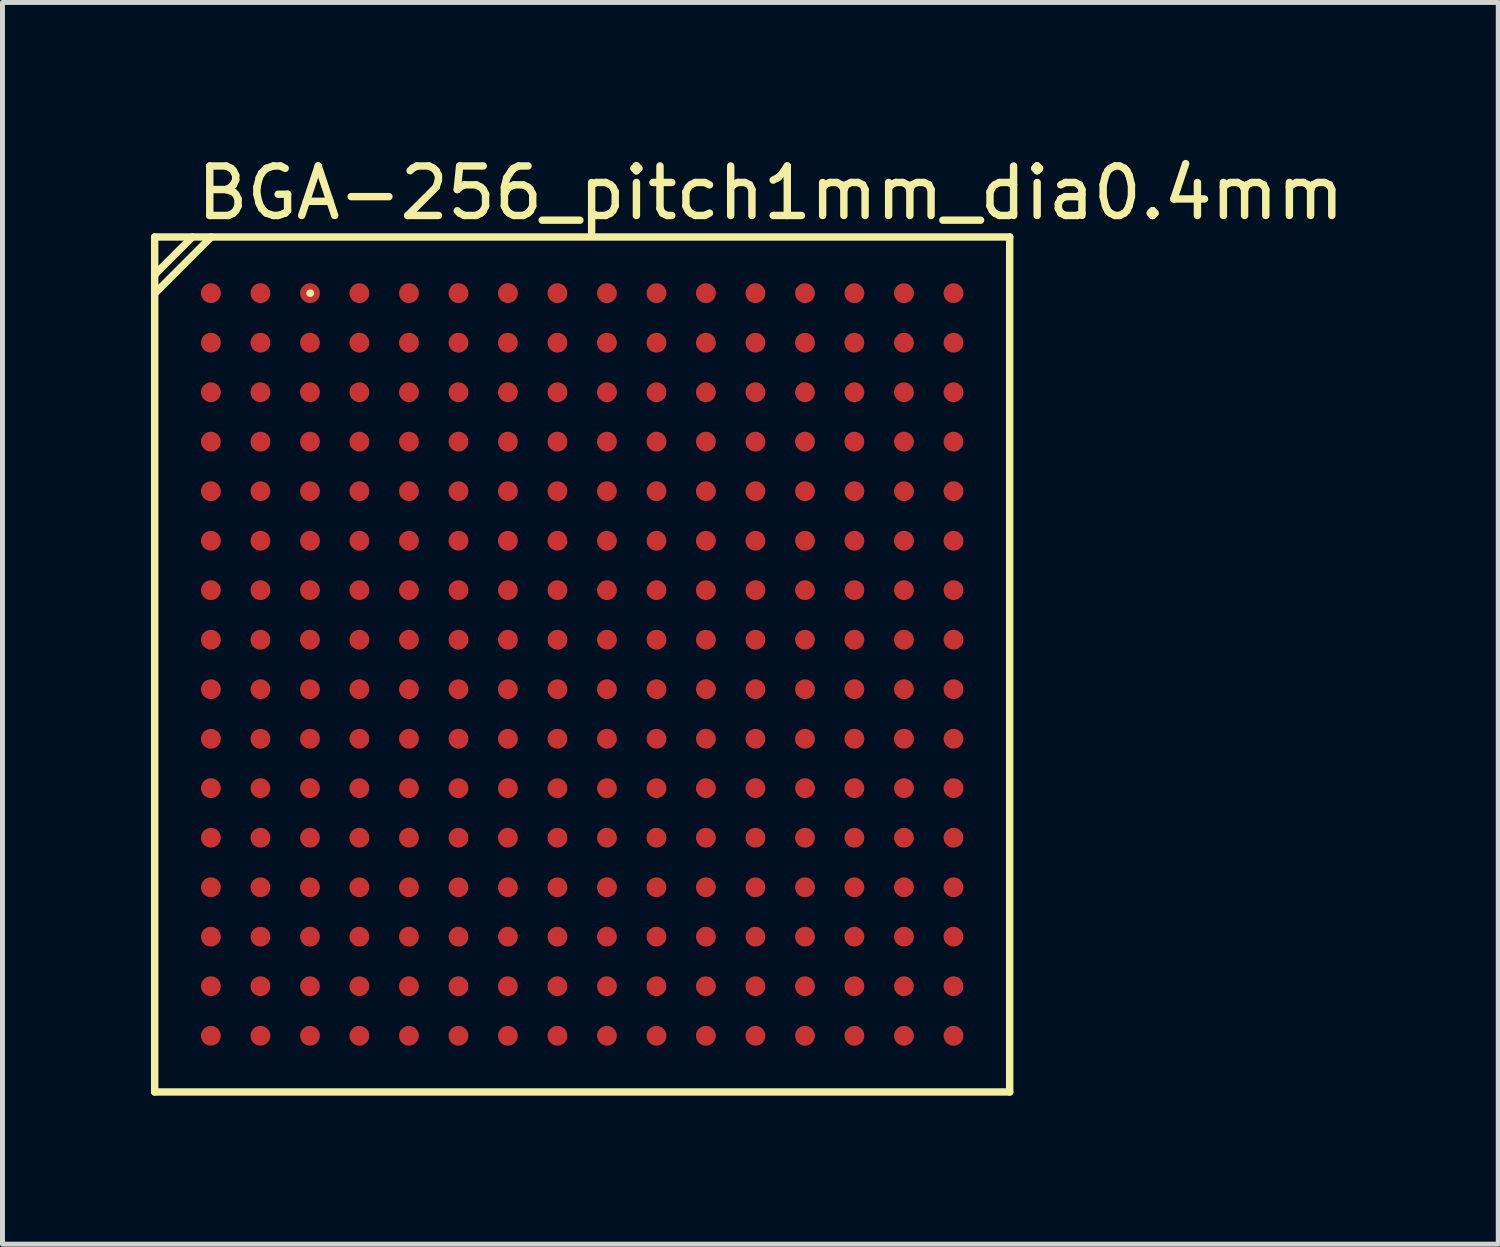
<source format=kicad_pcb>
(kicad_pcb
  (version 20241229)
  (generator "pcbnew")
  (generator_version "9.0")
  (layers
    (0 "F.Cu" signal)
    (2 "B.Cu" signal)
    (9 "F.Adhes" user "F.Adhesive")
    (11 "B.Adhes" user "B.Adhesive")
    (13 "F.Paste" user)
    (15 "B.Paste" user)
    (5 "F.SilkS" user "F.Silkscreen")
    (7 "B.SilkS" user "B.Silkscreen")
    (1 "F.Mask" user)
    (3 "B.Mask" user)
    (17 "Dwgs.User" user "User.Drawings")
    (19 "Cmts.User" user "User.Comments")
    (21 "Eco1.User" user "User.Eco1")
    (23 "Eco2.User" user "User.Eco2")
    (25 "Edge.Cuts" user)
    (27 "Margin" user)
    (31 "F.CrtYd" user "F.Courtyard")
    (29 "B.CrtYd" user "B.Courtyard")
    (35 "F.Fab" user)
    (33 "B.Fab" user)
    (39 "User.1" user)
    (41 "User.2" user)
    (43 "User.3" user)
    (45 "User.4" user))
  (footprint "BGA-256_pitch1mm_dia0.4mm"
    (layer "F.Cu")
    (at 8.711 10.373)
    (property "Reference" "BGA-256_pitch1mm_dia0.4mm" (at 3.81 -9.525 0) (layer "F.SilkS") (effects (font (size 1 1) (thickness 0.15))))
    (attr smd)
    (fp_line (start -8.636 -8.636) (end 8.636 -8.636) (stroke (width 0.15) (type solid)) (layer "F.SilkS"))
    (fp_line (start -8.636 -7.874) (end -7.874 -8.636) (stroke (width 0.15) (type solid)) (layer "F.SilkS"))
    (fp_line (start -8.636 -7.493) (end -7.493 -8.636) (stroke (width 0.15) (type solid)) (layer "F.SilkS"))
    (fp_line (start -8.636 8.636) (end -8.636 -8.636) (stroke (width 0.15) (type solid)) (layer "F.SilkS"))
    (fp_line (start -5.499 -7.501) (end -5.489 -7.501) (stroke (width 0.15) (type solid)) (layer "F.SilkS"))
    (fp_line (start 8.636 -8.636) (end 8.636 8.636) (stroke (width 0.15) (type solid)) (layer "F.SilkS"))
    (fp_line (start 8.636 8.636) (end -8.636 8.636) (stroke (width 0.15) (type solid)) (layer "F.SilkS"))
    (pad "A1" smd circle (at -7.501 -7.501) (size 0.4 0.4) (layers "F.Cu" "F.Mask" "F.Paste"))
    (pad "A2" smd circle (at -6.5 -7.501) (size 0.4 0.4) (layers "F.Cu" "F.Mask" "F.Paste"))
    (pad "A3" smd circle (at -5.499 -7.501) (size 0.4 0.4) (layers "F.Cu" "F.Mask" "F.Paste"))
    (pad "A4" smd circle (at -4.501 -7.501) (size 0.4 0.4) (layers "F.Cu" "F.Mask" "F.Paste"))
    (pad "A5" smd circle (at -3.5 -7.501) (size 0.4 0.4) (layers "F.Cu" "F.Mask" "F.Paste"))
    (pad "A6" smd circle (at -2.499 -7.501) (size 0.4 0.4) (layers "F.Cu" "F.Mask" "F.Paste"))
    (pad "A7" smd circle (at -1.501 -7.501) (size 0.4 0.4) (layers "F.Cu" "F.Mask" "F.Paste"))
    (pad "A8" smd circle (at -0.5 -7.501) (size 0.4 0.4) (layers "F.Cu" "F.Mask" "F.Paste"))
    (pad "A9" smd circle (at 0.5 -7.501) (size 0.4 0.4) (layers "F.Cu" "F.Mask" "F.Paste"))
    (pad "A10" smd circle (at 1.501 -7.501) (size 0.4 0.4) (layers "F.Cu" "F.Mask" "F.Paste"))
    (pad "A11" smd circle (at 2.499 -7.501) (size 0.4 0.4) (layers "F.Cu" "F.Mask" "F.Paste"))
    (pad "A12" smd circle (at 3.5 -7.501) (size 0.4 0.4) (layers "F.Cu" "F.Mask" "F.Paste"))
    (pad "A13" smd circle (at 4.501 -7.501) (size 0.4 0.4) (layers "F.Cu" "F.Mask" "F.Paste"))
    (pad "A14" smd circle (at 5.499 -7.501) (size 0.4 0.4) (layers "F.Cu" "F.Mask" "F.Paste"))
    (pad "A15" smd circle (at 6.5 -7.501) (size 0.4 0.4) (layers "F.Cu" "F.Mask" "F.Paste"))
    (pad "A16" smd circle (at 7.501 -7.501) (size 0.4 0.4) (layers "F.Cu" "F.Mask" "F.Paste"))
    (pad "B1" smd circle (at -7.501 -6.5) (size 0.4 0.4) (layers "F.Cu" "F.Mask" "F.Paste"))
    (pad "B2" smd circle (at -6.5 -6.5) (size 0.4 0.4) (layers "F.Cu" "F.Mask" "F.Paste"))
    (pad "B3" smd circle (at -5.499 -6.5) (size 0.4 0.4) (layers "F.Cu" "F.Mask" "F.Paste"))
    (pad "B4" smd circle (at -4.501 -6.5) (size 0.4 0.4) (layers "F.Cu" "F.Mask" "F.Paste"))
    (pad "B5" smd circle (at -3.5 -6.5) (size 0.4 0.4) (layers "F.Cu" "F.Mask" "F.Paste"))
    (pad "B6" smd circle (at -2.499 -6.5) (size 0.4 0.4) (layers "F.Cu" "F.Mask" "F.Paste"))
    (pad "B7" smd circle (at -1.501 -6.5) (size 0.4 0.4) (layers "F.Cu" "F.Mask" "F.Paste"))
    (pad "B8" smd circle (at -0.5 -6.5) (size 0.4 0.4) (layers "F.Cu" "F.Mask" "F.Paste"))
    (pad "B9" smd circle (at 0.5 -6.5) (size 0.4 0.4) (layers "F.Cu" "F.Mask" "F.Paste"))
    (pad "B10" smd circle (at 1.501 -6.5) (size 0.4 0.4) (layers "F.Cu" "F.Mask" "F.Paste"))
    (pad "B11" smd circle (at 2.499 -6.5) (size 0.4 0.4) (layers "F.Cu" "F.Mask" "F.Paste"))
    (pad "B12" smd circle (at 3.5 -6.5) (size 0.4 0.4) (layers "F.Cu" "F.Mask" "F.Paste"))
    (pad "B13" smd circle (at 4.501 -6.5) (size 0.4 0.4) (layers "F.Cu" "F.Mask" "F.Paste"))
    (pad "B14" smd circle (at 5.499 -6.5) (size 0.4 0.4) (layers "F.Cu" "F.Mask" "F.Paste"))
    (pad "B15" smd circle (at 6.5 -6.5) (size 0.4 0.4) (layers "F.Cu" "F.Mask" "F.Paste"))
    (pad "B16" smd circle (at 7.501 -6.5) (size 0.4 0.4) (layers "F.Cu" "F.Mask" "F.Paste"))
    (pad "C1" smd circle (at -7.501 -5.499) (size 0.4 0.4) (layers "F.Cu" "F.Mask" "F.Paste"))
    (pad "C2" smd circle (at -6.5 -5.499) (size 0.4 0.4) (layers "F.Cu" "F.Mask" "F.Paste"))
    (pad "C3" smd circle (at -5.499 -5.499) (size 0.4 0.4) (layers "F.Cu" "F.Mask" "F.Paste"))
    (pad "C4" smd circle (at -4.501 -5.499) (size 0.4 0.4) (layers "F.Cu" "F.Mask" "F.Paste"))
    (pad "C5" smd circle (at -3.5 -5.499) (size 0.4 0.4) (layers "F.Cu" "F.Mask" "F.Paste"))
    (pad "C6" smd circle (at -2.499 -5.499) (size 0.4 0.4) (layers "F.Cu" "F.Mask" "F.Paste"))
    (pad "C7" smd circle (at -1.501 -5.499) (size 0.4 0.4) (layers "F.Cu" "F.Mask" "F.Paste"))
    (pad "C8" smd circle (at -0.5 -5.499) (size 0.4 0.4) (layers "F.Cu" "F.Mask" "F.Paste"))
    (pad "C9" smd circle (at 0.5 -5.499) (size 0.4 0.4) (layers "F.Cu" "F.Mask" "F.Paste"))
    (pad "C10" smd circle (at 1.501 -5.499) (size 0.4 0.4) (layers "F.Cu" "F.Mask" "F.Paste"))
    (pad "C11" smd circle (at 2.499 -5.499) (size 0.4 0.4) (layers "F.Cu" "F.Mask" "F.Paste"))
    (pad "C12" smd circle (at 3.5 -5.499) (size 0.4 0.4) (layers "F.Cu" "F.Mask" "F.Paste"))
    (pad "C13" smd circle (at 4.501 -5.499) (size 0.4 0.4) (layers "F.Cu" "F.Mask" "F.Paste"))
    (pad "C14" smd circle (at 5.499 -5.499) (size 0.4 0.4) (layers "F.Cu" "F.Mask" "F.Paste"))
    (pad "C15" smd circle (at 6.5 -5.499) (size 0.4 0.4) (layers "F.Cu" "F.Mask" "F.Paste"))
    (pad "C16" smd circle (at 7.501 -5.499) (size 0.4 0.4) (layers "F.Cu" "F.Mask" "F.Paste"))
    (pad "D1" smd circle (at -7.501 -4.501) (size 0.4 0.4) (layers "F.Cu" "F.Mask" "F.Paste"))
    (pad "D2" smd circle (at -6.5 -4.501) (size 0.4 0.4) (layers "F.Cu" "F.Mask" "F.Paste"))
    (pad "D3" smd circle (at -5.499 -4.501) (size 0.4 0.4) (layers "F.Cu" "F.Mask" "F.Paste"))
    (pad "D4" smd circle (at -4.501 -4.501) (size 0.4 0.4) (layers "F.Cu" "F.Mask" "F.Paste"))
    (pad "D5" smd circle (at -3.5 -4.501) (size 0.4 0.4) (layers "F.Cu" "F.Mask" "F.Paste"))
    (pad "D6" smd circle (at -2.499 -4.501) (size 0.4 0.4) (layers "F.Cu" "F.Mask" "F.Paste"))
    (pad "D7" smd circle (at -1.501 -4.501) (size 0.4 0.4) (layers "F.Cu" "F.Mask" "F.Paste"))
    (pad "D8" smd circle (at -0.5 -4.501) (size 0.4 0.4) (layers "F.Cu" "F.Mask" "F.Paste"))
    (pad "D9" smd circle (at 0.5 -4.501) (size 0.4 0.4) (layers "F.Cu" "F.Mask" "F.Paste"))
    (pad "D10" smd circle (at 1.501 -4.501) (size 0.4 0.4) (layers "F.Cu" "F.Mask" "F.Paste"))
    (pad "D11" smd circle (at 2.499 -4.501) (size 0.4 0.4) (layers "F.Cu" "F.Mask" "F.Paste"))
    (pad "D12" smd circle (at 3.5 -4.501) (size 0.4 0.4) (layers "F.Cu" "F.Mask" "F.Paste"))
    (pad "D13" smd circle (at 4.501 -4.501) (size 0.4 0.4) (layers "F.Cu" "F.Mask" "F.Paste"))
    (pad "D14" smd circle (at 5.499 -4.501) (size 0.4 0.4) (layers "F.Cu" "F.Mask" "F.Paste"))
    (pad "D15" smd circle (at 6.5 -4.501) (size 0.4 0.4) (layers "F.Cu" "F.Mask" "F.Paste"))
    (pad "D16" smd circle (at 7.501 -4.501) (size 0.4 0.4) (layers "F.Cu" "F.Mask" "F.Paste"))
    (pad "E1" smd circle (at -7.501 -3.5) (size 0.4 0.4) (layers "F.Cu" "F.Mask" "F.Paste"))
    (pad "E2" smd circle (at -6.5 -3.5) (size 0.4 0.4) (layers "F.Cu" "F.Mask" "F.Paste"))
    (pad "E3" smd circle (at -5.499 -3.5) (size 0.4 0.4) (layers "F.Cu" "F.Mask" "F.Paste"))
    (pad "E4" smd circle (at -4.501 -3.5) (size 0.4 0.4) (layers "F.Cu" "F.Mask" "F.Paste"))
    (pad "E5" smd circle (at -3.5 -3.5) (size 0.4 0.4) (layers "F.Cu" "F.Mask" "F.Paste"))
    (pad "E6" smd circle (at -2.499 -3.5) (size 0.4 0.4) (layers "F.Cu" "F.Mask" "F.Paste"))
    (pad "E7" smd circle (at -1.501 -3.5) (size 0.4 0.4) (layers "F.Cu" "F.Mask" "F.Paste"))
    (pad "E8" smd circle (at -0.5 -3.5) (size 0.4 0.4) (layers "F.Cu" "F.Mask" "F.Paste"))
    (pad "E9" smd circle (at 0.5 -3.5) (size 0.4 0.4) (layers "F.Cu" "F.Mask" "F.Paste"))
    (pad "E10" smd circle (at 1.501 -3.5) (size 0.4 0.4) (layers "F.Cu" "F.Mask" "F.Paste"))
    (pad "E11" smd circle (at 2.499 -3.5) (size 0.4 0.4) (layers "F.Cu" "F.Mask" "F.Paste"))
    (pad "E12" smd circle (at 3.5 -3.5) (size 0.4 0.4) (layers "F.Cu" "F.Mask" "F.Paste"))
    (pad "E13" smd circle (at 4.501 -3.5) (size 0.4 0.4) (layers "F.Cu" "F.Mask" "F.Paste"))
    (pad "E14" smd circle (at 5.499 -3.5) (size 0.4 0.4) (layers "F.Cu" "F.Mask" "F.Paste"))
    (pad "E15" smd circle (at 6.5 -3.5) (size 0.4 0.4) (layers "F.Cu" "F.Mask" "F.Paste"))
    (pad "E16" smd circle (at 7.501 -3.5) (size 0.4 0.4) (layers "F.Cu" "F.Mask" "F.Paste"))
    (pad "F1" smd circle (at -7.501 -2.499) (size 0.4 0.4) (layers "F.Cu" "F.Mask" "F.Paste"))
    (pad "F2" smd circle (at -6.5 -2.499) (size 0.4 0.4) (layers "F.Cu" "F.Mask" "F.Paste"))
    (pad "F3" smd circle (at -5.499 -2.499) (size 0.4 0.4) (layers "F.Cu" "F.Mask" "F.Paste"))
    (pad "F4" smd circle (at -4.501 -2.499) (size 0.4 0.4) (layers "F.Cu" "F.Mask" "F.Paste"))
    (pad "F5" smd circle (at -3.5 -2.499) (size 0.4 0.4) (layers "F.Cu" "F.Mask" "F.Paste"))
    (pad "F6" smd circle (at -2.499 -2.499) (size 0.4 0.4) (layers "F.Cu" "F.Mask" "F.Paste"))
    (pad "F7" smd circle (at -1.501 -2.499) (size 0.4 0.4) (layers "F.Cu" "F.Mask" "F.Paste"))
    (pad "F8" smd circle (at -0.5 -2.499) (size 0.4 0.4) (layers "F.Cu" "F.Mask" "F.Paste"))
    (pad "F9" smd circle (at 0.5 -2.499) (size 0.4 0.4) (layers "F.Cu" "F.Mask" "F.Paste"))
    (pad "F10" smd circle (at 1.501 -2.499) (size 0.4 0.4) (layers "F.Cu" "F.Mask" "F.Paste"))
    (pad "F11" smd circle (at 2.499 -2.499) (size 0.4 0.4) (layers "F.Cu" "F.Mask" "F.Paste"))
    (pad "F12" smd circle (at 3.5 -2.499) (size 0.4 0.4) (layers "F.Cu" "F.Mask" "F.Paste"))
    (pad "F13" smd circle (at 4.501 -2.499) (size 0.4 0.4) (layers "F.Cu" "F.Mask" "F.Paste"))
    (pad "F14" smd circle (at 5.499 -2.499) (size 0.4 0.4) (layers "F.Cu" "F.Mask" "F.Paste"))
    (pad "F15" smd circle (at 6.5 -2.499) (size 0.4 0.4) (layers "F.Cu" "F.Mask" "F.Paste"))
    (pad "F16" smd circle (at 7.501 -2.499) (size 0.4 0.4) (layers "F.Cu" "F.Mask" "F.Paste"))
    (pad "G1" smd circle (at -7.501 -1.501) (size 0.4 0.4) (layers "F.Cu" "F.Mask" "F.Paste"))
    (pad "G2" smd circle (at -6.5 -1.501) (size 0.4 0.4) (layers "F.Cu" "F.Mask" "F.Paste"))
    (pad "G3" smd circle (at -5.499 -1.501) (size 0.4 0.4) (layers "F.Cu" "F.Mask" "F.Paste"))
    (pad "G4" smd circle (at -4.501 -1.501) (size 0.4 0.4) (layers "F.Cu" "F.Mask" "F.Paste"))
    (pad "G5" smd circle (at -3.5 -1.501) (size 0.4 0.4) (layers "F.Cu" "F.Mask" "F.Paste"))
    (pad "G6" smd circle (at -2.499 -1.501) (size 0.4 0.4) (layers "F.Cu" "F.Mask" "F.Paste"))
    (pad "G7" smd circle (at -1.501 -1.501) (size 0.4 0.4) (layers "F.Cu" "F.Mask" "F.Paste"))
    (pad "G8" smd circle (at -0.5 -1.501) (size 0.4 0.4) (layers "F.Cu" "F.Mask" "F.Paste"))
    (pad "G9" smd circle (at 0.5 -1.501) (size 0.4 0.4) (layers "F.Cu" "F.Mask" "F.Paste"))
    (pad "G10" smd circle (at 1.501 -1.501) (size 0.4 0.4) (layers "F.Cu" "F.Mask" "F.Paste"))
    (pad "G11" smd circle (at 2.499 -1.501) (size 0.4 0.4) (layers "F.Cu" "F.Mask" "F.Paste"))
    (pad "G12" smd circle (at 3.5 -1.501) (size 0.4 0.4) (layers "F.Cu" "F.Mask" "F.Paste"))
    (pad "G13" smd circle (at 4.501 -1.501) (size 0.4 0.4) (layers "F.Cu" "F.Mask" "F.Paste"))
    (pad "G14" smd circle (at 5.499 -1.501) (size 0.4 0.4) (layers "F.Cu" "F.Mask" "F.Paste"))
    (pad "G15" smd circle (at 6.5 -1.501) (size 0.4 0.4) (layers "F.Cu" "F.Mask" "F.Paste"))
    (pad "G16" smd circle (at 7.501 -1.501) (size 0.4 0.4) (layers "F.Cu" "F.Mask" "F.Paste"))
    (pad "H1" smd circle (at -7.501 -0.5) (size 0.4 0.4) (layers "F.Cu" "F.Mask" "F.Paste"))
    (pad "H2" smd circle (at -6.5 -0.5) (size 0.4 0.4) (layers "F.Cu" "F.Mask" "F.Paste"))
    (pad "H3" smd circle (at -5.499 -0.5) (size 0.4 0.4) (layers "F.Cu" "F.Mask" "F.Paste"))
    (pad "H4" smd circle (at -4.501 -0.5) (size 0.4 0.4) (layers "F.Cu" "F.Mask" "F.Paste"))
    (pad "H5" smd circle (at -3.5 -0.5) (size 0.4 0.4) (layers "F.Cu" "F.Mask" "F.Paste"))
    (pad "H6" smd circle (at -2.499 -0.5) (size 0.4 0.4) (layers "F.Cu" "F.Mask" "F.Paste"))
    (pad "H7" smd circle (at -1.501 -0.5) (size 0.4 0.4) (layers "F.Cu" "F.Mask" "F.Paste"))
    (pad "H8" smd circle (at -0.5 -0.5) (size 0.4 0.4) (layers "F.Cu" "F.Mask" "F.Paste"))
    (pad "H9" smd circle (at 0.5 -0.5) (size 0.4 0.4) (layers "F.Cu" "F.Mask" "F.Paste"))
    (pad "H10" smd circle (at 1.501 -0.5) (size 0.4 0.4) (layers "F.Cu" "F.Mask" "F.Paste"))
    (pad "H11" smd circle (at 2.499 -0.5) (size 0.4 0.4) (layers "F.Cu" "F.Mask" "F.Paste"))
    (pad "H12" smd circle (at 3.5 -0.5) (size 0.4 0.4) (layers "F.Cu" "F.Mask" "F.Paste"))
    (pad "H13" smd circle (at 4.501 -0.5) (size 0.4 0.4) (layers "F.Cu" "F.Mask" "F.Paste"))
    (pad "H14" smd circle (at 5.499 -0.5) (size 0.4 0.4) (layers "F.Cu" "F.Mask" "F.Paste"))
    (pad "H15" smd circle (at 6.5 -0.5) (size 0.4 0.4) (layers "F.Cu" "F.Mask" "F.Paste"))
    (pad "H16" smd circle (at 7.501 -0.5) (size 0.4 0.4) (layers "F.Cu" "F.Mask" "F.Paste"))
    (pad "J1" smd circle (at -7.501 0.5) (size 0.4 0.4) (layers "F.Cu" "F.Mask" "F.Paste"))
    (pad "J2" smd circle (at -6.5 0.5) (size 0.4 0.4) (layers "F.Cu" "F.Mask" "F.Paste"))
    (pad "J3" smd circle (at -5.499 0.5) (size 0.4 0.4) (layers "F.Cu" "F.Mask" "F.Paste"))
    (pad "J4" smd circle (at -4.501 0.5) (size 0.4 0.4) (layers "F.Cu" "F.Mask" "F.Paste"))
    (pad "J5" smd circle (at -3.5 0.5) (size 0.4 0.4) (layers "F.Cu" "F.Mask" "F.Paste"))
    (pad "J6" smd circle (at -2.499 0.5) (size 0.4 0.4) (layers "F.Cu" "F.Mask" "F.Paste"))
    (pad "J7" smd circle (at -1.501 0.5) (size 0.4 0.4) (layers "F.Cu" "F.Mask" "F.Paste"))
    (pad "J8" smd circle (at -0.5 0.5) (size 0.4 0.4) (layers "F.Cu" "F.Mask" "F.Paste"))
    (pad "J9" smd circle (at 0.5 0.5) (size 0.4 0.4) (layers "F.Cu" "F.Mask" "F.Paste"))
    (pad "J10" smd circle (at 1.501 0.5) (size 0.4 0.4) (layers "F.Cu" "F.Mask" "F.Paste"))
    (pad "J11" smd circle (at 2.499 0.5) (size 0.4 0.4) (layers "F.Cu" "F.Mask" "F.Paste"))
    (pad "J12" smd circle (at 3.5 0.5) (size 0.4 0.4) (layers "F.Cu" "F.Mask" "F.Paste"))
    (pad "J13" smd circle (at 4.501 0.5) (size 0.4 0.4) (layers "F.Cu" "F.Mask" "F.Paste"))
    (pad "J14" smd circle (at 5.499 0.5) (size 0.4 0.4) (layers "F.Cu" "F.Mask" "F.Paste"))
    (pad "J15" smd circle (at 6.5 0.5) (size 0.4 0.4) (layers "F.Cu" "F.Mask" "F.Paste"))
    (pad "J16" smd circle (at 7.501 0.5) (size 0.4 0.4) (layers "F.Cu" "F.Mask" "F.Paste"))
    (pad "K1" smd circle (at -7.501 1.501) (size 0.4 0.4) (layers "F.Cu" "F.Mask" "F.Paste"))
    (pad "K2" smd circle (at -6.5 1.501) (size 0.4 0.4) (layers "F.Cu" "F.Mask" "F.Paste"))
    (pad "K3" smd circle (at -5.499 1.501) (size 0.4 0.4) (layers "F.Cu" "F.Mask" "F.Paste"))
    (pad "K4" smd circle (at -4.501 1.501) (size 0.4 0.4) (layers "F.Cu" "F.Mask" "F.Paste"))
    (pad "K5" smd circle (at -3.5 1.501) (size 0.4 0.4) (layers "F.Cu" "F.Mask" "F.Paste"))
    (pad "K6" smd circle (at -2.499 1.501) (size 0.4 0.4) (layers "F.Cu" "F.Mask" "F.Paste"))
    (pad "K7" smd circle (at -1.501 1.501) (size 0.4 0.4) (layers "F.Cu" "F.Mask" "F.Paste"))
    (pad "K8" smd circle (at -0.5 1.501) (size 0.4 0.4) (layers "F.Cu" "F.Mask" "F.Paste"))
    (pad "K9" smd circle (at 0.5 1.501) (size 0.4 0.4) (layers "F.Cu" "F.Mask" "F.Paste"))
    (pad "K10" smd circle (at 1.501 1.501) (size 0.4 0.4) (layers "F.Cu" "F.Mask" "F.Paste"))
    (pad "K11" smd circle (at 2.499 1.501) (size 0.4 0.4) (layers "F.Cu" "F.Mask" "F.Paste"))
    (pad "K12" smd circle (at 3.5 1.501) (size 0.4 0.4) (layers "F.Cu" "F.Mask" "F.Paste"))
    (pad "K13" smd circle (at 4.501 1.501) (size 0.4 0.4) (layers "F.Cu" "F.Mask" "F.Paste"))
    (pad "K14" smd circle (at 5.499 1.501) (size 0.4 0.4) (layers "F.Cu" "F.Mask" "F.Paste"))
    (pad "K15" smd circle (at 6.5 1.501) (size 0.4 0.4) (layers "F.Cu" "F.Mask" "F.Paste"))
    (pad "K16" smd circle (at 7.501 1.501) (size 0.4 0.4) (layers "F.Cu" "F.Mask" "F.Paste"))
    (pad "L1" smd circle (at -7.501 2.499) (size 0.4 0.4) (layers "F.Cu" "F.Mask" "F.Paste"))
    (pad "L2" smd circle (at -6.5 2.499) (size 0.4 0.4) (layers "F.Cu" "F.Mask" "F.Paste"))
    (pad "L3" smd circle (at -5.499 2.499) (size 0.4 0.4) (layers "F.Cu" "F.Mask" "F.Paste"))
    (pad "L4" smd circle (at -4.501 2.499) (size 0.4 0.4) (layers "F.Cu" "F.Mask" "F.Paste"))
    (pad "L5" smd circle (at -3.5 2.499) (size 0.4 0.4) (layers "F.Cu" "F.Mask" "F.Paste"))
    (pad "L6" smd circle (at -2.499 2.499) (size 0.4 0.4) (layers "F.Cu" "F.Mask" "F.Paste"))
    (pad "L7" smd circle (at -1.501 2.499) (size 0.4 0.4) (layers "F.Cu" "F.Mask" "F.Paste"))
    (pad "L8" smd circle (at -0.5 2.499) (size 0.4 0.4) (layers "F.Cu" "F.Mask" "F.Paste"))
    (pad "L9" smd circle (at 0.5 2.499) (size 0.4 0.4) (layers "F.Cu" "F.Mask" "F.Paste"))
    (pad "L10" smd circle (at 1.501 2.499) (size 0.4 0.4) (layers "F.Cu" "F.Mask" "F.Paste"))
    (pad "L11" smd circle (at 2.499 2.499) (size 0.4 0.4) (layers "F.Cu" "F.Mask" "F.Paste"))
    (pad "L12" smd circle (at 3.5 2.499) (size 0.4 0.4) (layers "F.Cu" "F.Mask" "F.Paste"))
    (pad "L13" smd circle (at 4.501 2.499) (size 0.4 0.4) (layers "F.Cu" "F.Mask" "F.Paste"))
    (pad "L14" smd circle (at 5.499 2.499) (size 0.4 0.4) (layers "F.Cu" "F.Mask" "F.Paste"))
    (pad "L15" smd circle (at 6.5 2.499) (size 0.4 0.4) (layers "F.Cu" "F.Mask" "F.Paste"))
    (pad "L16" smd circle (at 7.501 2.499) (size 0.4 0.4) (layers "F.Cu" "F.Mask" "F.Paste"))
    (pad "M1" smd circle (at -7.501 3.5) (size 0.4 0.4) (layers "F.Cu" "F.Mask" "F.Paste"))
    (pad "M2" smd circle (at -6.5 3.5) (size 0.4 0.4) (layers "F.Cu" "F.Mask" "F.Paste"))
    (pad "M3" smd circle (at -5.499 3.5) (size 0.4 0.4) (layers "F.Cu" "F.Mask" "F.Paste"))
    (pad "M4" smd circle (at -4.501 3.5) (size 0.4 0.4) (layers "F.Cu" "F.Mask" "F.Paste"))
    (pad "M5" smd circle (at -3.5 3.5) (size 0.4 0.4) (layers "F.Cu" "F.Mask" "F.Paste"))
    (pad "M6" smd circle (at -2.499 3.5) (size 0.4 0.4) (layers "F.Cu" "F.Mask" "F.Paste"))
    (pad "M7" smd circle (at -1.501 3.5) (size 0.4 0.4) (layers "F.Cu" "F.Mask" "F.Paste"))
    (pad "M8" smd circle (at -0.5 3.5) (size 0.4 0.4) (layers "F.Cu" "F.Mask" "F.Paste"))
    (pad "M9" smd circle (at 0.5 3.5) (size 0.4 0.4) (layers "F.Cu" "F.Mask" "F.Paste"))
    (pad "M10" smd circle (at 1.501 3.5) (size 0.4 0.4) (layers "F.Cu" "F.Mask" "F.Paste"))
    (pad "M11" smd circle (at 2.499 3.5) (size 0.4 0.4) (layers "F.Cu" "F.Mask" "F.Paste"))
    (pad "M12" smd circle (at 3.5 3.5) (size 0.4 0.4) (layers "F.Cu" "F.Mask" "F.Paste"))
    (pad "M13" smd circle (at 4.501 3.5) (size 0.4 0.4) (layers "F.Cu" "F.Mask" "F.Paste"))
    (pad "M14" smd circle (at 5.499 3.5) (size 0.4 0.4) (layers "F.Cu" "F.Mask" "F.Paste"))
    (pad "M15" smd circle (at 6.5 3.5) (size 0.4 0.4) (layers "F.Cu" "F.Mask" "F.Paste"))
    (pad "M16" smd circle (at 7.501 3.5) (size 0.4 0.4) (layers "F.Cu" "F.Mask" "F.Paste"))
    (pad "N1" smd circle (at -7.501 4.501) (size 0.4 0.4) (layers "F.Cu" "F.Mask" "F.Paste"))
    (pad "N2" smd circle (at -6.5 4.501) (size 0.4 0.4) (layers "F.Cu" "F.Mask" "F.Paste"))
    (pad "N3" smd circle (at -5.499 4.501) (size 0.4 0.4) (layers "F.Cu" "F.Mask" "F.Paste"))
    (pad "N4" smd circle (at -4.501 4.501) (size 0.4 0.4) (layers "F.Cu" "F.Mask" "F.Paste"))
    (pad "N5" smd circle (at -3.5 4.501) (size 0.4 0.4) (layers "F.Cu" "F.Mask" "F.Paste"))
    (pad "N6" smd circle (at -2.499 4.501) (size 0.4 0.4) (layers "F.Cu" "F.Mask" "F.Paste"))
    (pad "N7" smd circle (at -1.501 4.501) (size 0.4 0.4) (layers "F.Cu" "F.Mask" "F.Paste"))
    (pad "N8" smd circle (at -0.5 4.501) (size 0.4 0.4) (layers "F.Cu" "F.Mask" "F.Paste"))
    (pad "N9" smd circle (at 0.5 4.501) (size 0.4 0.4) (layers "F.Cu" "F.Mask" "F.Paste"))
    (pad "N10" smd circle (at 1.501 4.501) (size 0.4 0.4) (layers "F.Cu" "F.Mask" "F.Paste"))
    (pad "N11" smd circle (at 2.499 4.501) (size 0.4 0.4) (layers "F.Cu" "F.Mask" "F.Paste"))
    (pad "N12" smd circle (at 3.5 4.501) (size 0.4 0.4) (layers "F.Cu" "F.Mask" "F.Paste"))
    (pad "N13" smd circle (at 4.501 4.501) (size 0.4 0.4) (layers "F.Cu" "F.Mask" "F.Paste"))
    (pad "N14" smd circle (at 5.499 4.501) (size 0.4 0.4) (layers "F.Cu" "F.Mask" "F.Paste"))
    (pad "N15" smd circle (at 6.5 4.501) (size 0.4 0.4) (layers "F.Cu" "F.Mask" "F.Paste"))
    (pad "N16" smd circle (at 7.501 4.501) (size 0.4 0.4) (layers "F.Cu" "F.Mask" "F.Paste"))
    (pad "P1" smd circle (at -7.501 5.499) (size 0.4 0.4) (layers "F.Cu" "F.Mask" "F.Paste"))
    (pad "P2" smd circle (at -6.5 5.499) (size 0.4 0.4) (layers "F.Cu" "F.Mask" "F.Paste"))
    (pad "P3" smd circle (at -5.499 5.499) (size 0.4 0.4) (layers "F.Cu" "F.Mask" "F.Paste"))
    (pad "P4" smd circle (at -4.501 5.499) (size 0.4 0.4) (layers "F.Cu" "F.Mask" "F.Paste"))
    (pad "P5" smd circle (at -3.5 5.499) (size 0.4 0.4) (layers "F.Cu" "F.Mask" "F.Paste"))
    (pad "P6" smd circle (at -2.499 5.499) (size 0.4 0.4) (layers "F.Cu" "F.Mask" "F.Paste"))
    (pad "P7" smd circle (at -1.501 5.499) (size 0.4 0.4) (layers "F.Cu" "F.Mask" "F.Paste"))
    (pad "P8" smd circle (at -0.5 5.499) (size 0.4 0.4) (layers "F.Cu" "F.Mask" "F.Paste"))
    (pad "P9" smd circle (at 0.5 5.499) (size 0.4 0.4) (layers "F.Cu" "F.Mask" "F.Paste"))
    (pad "P10" smd circle (at 1.501 5.499) (size 0.4 0.4) (layers "F.Cu" "F.Mask" "F.Paste"))
    (pad "P11" smd circle (at 2.499 5.499) (size 0.4 0.4) (layers "F.Cu" "F.Mask" "F.Paste"))
    (pad "P12" smd circle (at 3.5 5.499) (size 0.4 0.4) (layers "F.Cu" "F.Mask" "F.Paste"))
    (pad "P13" smd circle (at 4.501 5.499) (size 0.4 0.4) (layers "F.Cu" "F.Mask" "F.Paste"))
    (pad "P14" smd circle (at 5.499 5.499) (size 0.4 0.4) (layers "F.Cu" "F.Mask" "F.Paste"))
    (pad "P15" smd circle (at 6.5 5.499) (size 0.4 0.4) (layers "F.Cu" "F.Mask" "F.Paste"))
    (pad "P16" smd circle (at 7.501 5.499) (size 0.4 0.4) (layers "F.Cu" "F.Mask" "F.Paste"))
    (pad "R1" smd circle (at -7.501 6.5) (size 0.4 0.4) (layers "F.Cu" "F.Mask" "F.Paste"))
    (pad "R2" smd circle (at -6.5 6.5) (size 0.4 0.4) (layers "F.Cu" "F.Mask" "F.Paste"))
    (pad "R3" smd circle (at -5.499 6.5) (size 0.4 0.4) (layers "F.Cu" "F.Mask" "F.Paste"))
    (pad "R4" smd circle (at -4.501 6.5) (size 0.4 0.4) (layers "F.Cu" "F.Mask" "F.Paste"))
    (pad "R5" smd circle (at -3.5 6.5) (size 0.4 0.4) (layers "F.Cu" "F.Mask" "F.Paste"))
    (pad "R6" smd circle (at -2.499 6.5) (size 0.4 0.4) (layers "F.Cu" "F.Mask" "F.Paste"))
    (pad "R7" smd circle (at -1.501 6.5) (size 0.4 0.4) (layers "F.Cu" "F.Mask" "F.Paste"))
    (pad "R8" smd circle (at -0.5 6.5) (size 0.4 0.4) (layers "F.Cu" "F.Mask" "F.Paste"))
    (pad "R9" smd circle (at 0.5 6.5) (size 0.4 0.4) (layers "F.Cu" "F.Mask" "F.Paste"))
    (pad "R10" smd circle (at 1.501 6.5) (size 0.4 0.4) (layers "F.Cu" "F.Mask" "F.Paste"))
    (pad "R11" smd circle (at 2.499 6.5) (size 0.4 0.4) (layers "F.Cu" "F.Mask" "F.Paste"))
    (pad "R12" smd circle (at 3.5 6.5) (size 0.4 0.4) (layers "F.Cu" "F.Mask" "F.Paste"))
    (pad "R13" smd circle (at 4.501 6.5) (size 0.4 0.4) (layers "F.Cu" "F.Mask" "F.Paste"))
    (pad "R14" smd circle (at 5.499 6.5) (size 0.4 0.4) (layers "F.Cu" "F.Mask" "F.Paste"))
    (pad "R15" smd circle (at 6.5 6.5) (size 0.4 0.4) (layers "F.Cu" "F.Mask" "F.Paste"))
    (pad "R16" smd circle (at 7.501 6.5) (size 0.4 0.4) (layers "F.Cu" "F.Mask" "F.Paste"))
    (pad "T1" smd circle (at -7.501 7.501) (size 0.4 0.4) (layers "F.Cu" "F.Mask" "F.Paste"))
    (pad "T2" smd circle (at -6.5 7.501) (size 0.4 0.4) (layers "F.Cu" "F.Mask" "F.Paste"))
    (pad "T3" smd circle (at -5.499 7.501) (size 0.4 0.4) (layers "F.Cu" "F.Mask" "F.Paste"))
    (pad "T4" smd circle (at -4.501 7.501) (size 0.4 0.4) (layers "F.Cu" "F.Mask" "F.Paste"))
    (pad "T5" smd circle (at -3.5 7.501) (size 0.4 0.4) (layers "F.Cu" "F.Mask" "F.Paste"))
    (pad "T6" smd circle (at -2.499 7.501) (size 0.4 0.4) (layers "F.Cu" "F.Mask" "F.Paste"))
    (pad "T7" smd circle (at -1.501 7.501) (size 0.4 0.4) (layers "F.Cu" "F.Mask" "F.Paste"))
    (pad "T8" smd circle (at -0.5 7.501) (size 0.4 0.4) (layers "F.Cu" "F.Mask" "F.Paste"))
    (pad "T9" smd circle (at 0.5 7.501) (size 0.4 0.4) (layers "F.Cu" "F.Mask" "F.Paste"))
    (pad "T10" smd circle (at 1.501 7.501) (size 0.4 0.4) (layers "F.Cu" "F.Mask" "F.Paste"))
    (pad "T11" smd circle (at 2.499 7.501) (size 0.4 0.4) (layers "F.Cu" "F.Mask" "F.Paste"))
    (pad "T12" smd circle (at 3.5 7.501) (size 0.4 0.4) (layers "F.Cu" "F.Mask" "F.Paste"))
    (pad "T13" smd circle (at 4.501 7.501) (size 0.4 0.4) (layers "F.Cu" "F.Mask" "F.Paste"))
    (pad "T14" smd circle (at 5.499 7.501) (size 0.4 0.4) (layers "F.Cu" "F.Mask" "F.Paste"))
    (pad "T15" smd circle (at 6.5 7.501) (size 0.4 0.4) (layers "F.Cu" "F.Mask" "F.Paste"))
    (pad "T16" smd circle (at 7.501 7.501) (size 0.4 0.4) (layers "F.Cu" "F.Mask" "F.Paste")))
  (gr_rect
    (start -3 -3)
    (end 27.217 22.084)
    (stroke (width 0.1) (type default))
    (fill no)
    (layer "Edge.Cuts")))
</source>
